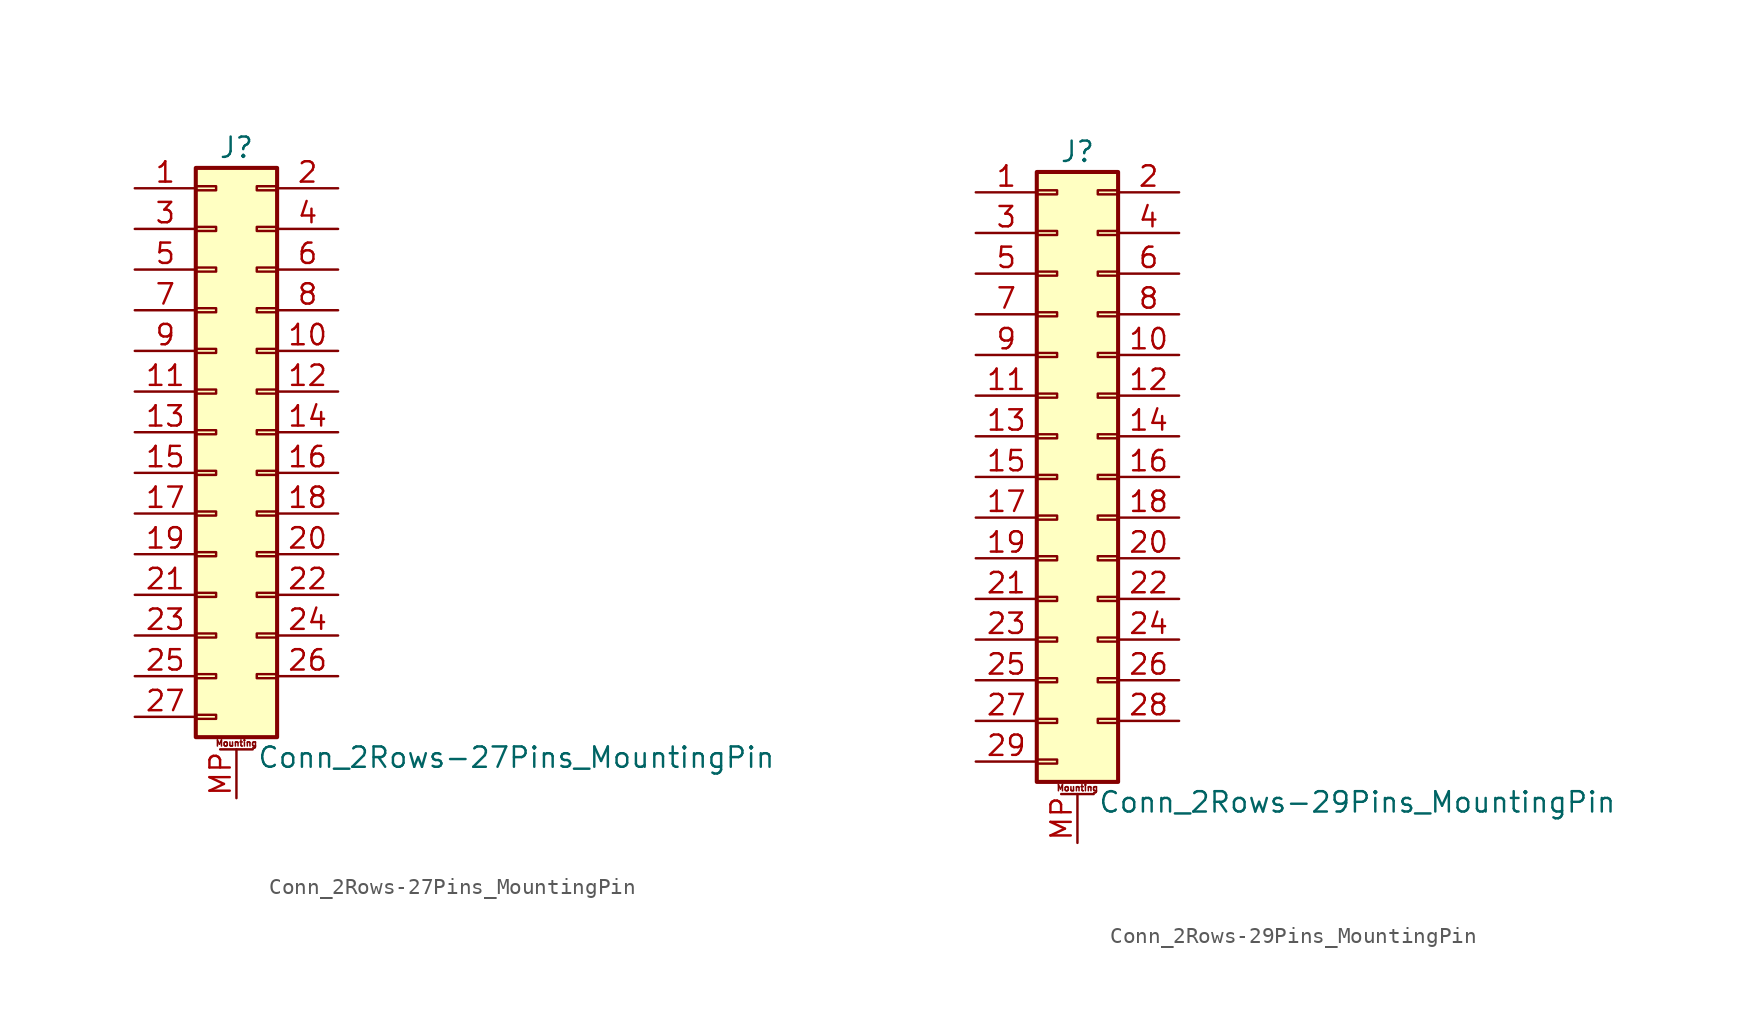
<source format=kicad_sym>
(kicad_symbol_lib
  (version 20201005)
  (generator kicad_symbol_editor)
  (symbol "Conn_2Rows-27Pins_MountingPin"
    (pin_names
      (offset 1.016) hide)
    (property "Reference" "J"
      (at 1.27 17.78 0)
      (effects (font (size 1.27 1.27))))
    (property "Value" "Conn_2Rows-27Pins_MountingPin"
      (at 2.54 -20.32 0)
      (effects (font (size 1.27 1.27)) (justify left)))
    (symbol "Conn_2Rows-27Pins_MountingPin_1_1"
      (text "Mounting" (at 1.27 -19.431 0) (effects (font (size 0.381 0.381))))
      (rectangle (start -1.27 -17.653) (end 0 -17.907) (stroke (width 0.152)) (fill (type none)))
      (rectangle (start -1.27 -15.113) (end 0 -15.367) (stroke (width 0.152)) (fill (type none)))
      (rectangle (start -1.27 -12.573) (end 0 -12.827) (stroke (width 0.152)) (fill (type none)))
      (rectangle (start -1.27 -10.033) (end 0 -10.287) (stroke (width 0.152)) (fill (type none)))
      (rectangle (start -1.27 -7.493) (end 0 -7.747) (stroke (width 0.152)) (fill (type none)))
      (rectangle (start -1.27 -4.953) (end 0 -5.207) (stroke (width 0.152)) (fill (type none)))
      (rectangle (start -1.27 -2.413) (end 0 -2.667) (stroke (width 0.152)) (fill (type none)))
      (rectangle (start -1.27 0.127) (end 0 -0.127) (stroke (width 0.152)) (fill (type none)))
      (rectangle (start -1.27 2.667) (end 0 2.413) (stroke (width 0.152)) (fill (type none)))
      (rectangle (start -1.27 5.207) (end 0 4.953) (stroke (width 0.152)) (fill (type none)))
      (rectangle (start -1.27 7.747) (end 0 7.493) (stroke (width 0.152)) (fill (type none)))
      (rectangle (start -1.27 10.287) (end 0 10.033) (stroke (width 0.152)) (fill (type none)))
      (rectangle (start -1.27 12.827) (end 0 12.573) (stroke (width 0.152)) (fill (type none)))
      (rectangle (start -1.27 15.367) (end 0 15.113) (stroke (width 0.152)) (fill (type none)))
      (rectangle (start -1.27 16.51) (end 3.81 -19.05) (stroke (width 0.254)) (fill (type background)))
      (rectangle (start 3.81 -15.113) (end 2.54 -15.367) (stroke (width 0.152)) (fill (type none)))
      (rectangle (start 3.81 -12.573) (end 2.54 -12.827) (stroke (width 0.152)) (fill (type none)))
      (rectangle (start 3.81 -10.033) (end 2.54 -10.287) (stroke (width 0.152)) (fill (type none)))
      (rectangle (start 3.81 -7.493) (end 2.54 -7.747) (stroke (width 0.152)) (fill (type none)))
      (rectangle (start 3.81 -4.953) (end 2.54 -5.207) (stroke (width 0.152)) (fill (type none)))
      (rectangle (start 3.81 -2.413) (end 2.54 -2.667) (stroke (width 0.152)) (fill (type none)))
      (rectangle (start 3.81 0.127) (end 2.54 -0.127) (stroke (width 0.152)) (fill (type none)))
      (rectangle (start 3.81 2.667) (end 2.54 2.413) (stroke (width 0.152)) (fill (type none)))
      (rectangle (start 3.81 5.207) (end 2.54 4.953) (stroke (width 0.152)) (fill (type none)))
      (rectangle (start 3.81 7.747) (end 2.54 7.493) (stroke (width 0.152)) (fill (type none)))
      (rectangle (start 3.81 10.287) (end 2.54 10.033) (stroke (width 0.152)) (fill (type none)))
      (rectangle (start 3.81 12.827) (end 2.54 12.573) (stroke (width 0.152)) (fill (type none)))
      (rectangle (start 3.81 15.367) (end 2.54 15.113) (stroke (width 0.152)) (fill (type none)))
      (polyline (pts (xy 0.254 -19.812) (xy 2.286 -19.812)) (stroke (width 0.152)) (fill (type none)))
      (pin passive line (at -5.08 15.24 0) (length 3.81) (name "Pin_1" (effects (font (size 1.27 1.27)))) (number "1" (effects (font (size 1.27 1.27)))))
      (pin passive line (at 7.62 5.08 180) (length 3.81) (name "Pin_10" (effects (font (size 1.27 1.27)))) (number "10" (effects (font (size 1.27 1.27)))))
      (pin passive line (at -5.08 2.54 0) (length 3.81) (name "Pin_11" (effects (font (size 1.27 1.27)))) (number "11" (effects (font (size 1.27 1.27)))))
      (pin passive line (at 7.62 2.54 180) (length 3.81) (name "Pin_12" (effects (font (size 1.27 1.27)))) (number "12" (effects (font (size 1.27 1.27)))))
      (pin passive line (at -5.08 0 0) (length 3.81) (name "Pin_13" (effects (font (size 1.27 1.27)))) (number "13" (effects (font (size 1.27 1.27)))))
      (pin passive line (at 7.62 0 180) (length 3.81) (name "Pin_14" (effects (font (size 1.27 1.27)))) (number "14" (effects (font (size 1.27 1.27)))))
      (pin passive line (at -5.08 -2.54 0) (length 3.81) (name "Pin_15" (effects (font (size 1.27 1.27)))) (number "15" (effects (font (size 1.27 1.27)))))
      (pin passive line (at 7.62 -2.54 180) (length 3.81) (name "Pin_16" (effects (font (size 1.27 1.27)))) (number "16" (effects (font (size 1.27 1.27)))))
      (pin passive line (at -5.08 -5.08 0) (length 3.81) (name "Pin_17" (effects (font (size 1.27 1.27)))) (number "17" (effects (font (size 1.27 1.27)))))
      (pin passive line (at 7.62 -5.08 180) (length 3.81) (name "Pin_18" (effects (font (size 1.27 1.27)))) (number "18" (effects (font (size 1.27 1.27)))))
      (pin passive line (at -5.08 -7.62 0) (length 3.81) (name "Pin_19" (effects (font (size 1.27 1.27)))) (number "19" (effects (font (size 1.27 1.27)))))
      (pin passive line (at 7.62 15.24 180) (length 3.81) (name "Pin_2" (effects (font (size 1.27 1.27)))) (number "2" (effects (font (size 1.27 1.27)))))
      (pin passive line (at 7.62 -7.62 180) (length 3.81) (name "Pin_20" (effects (font (size 1.27 1.27)))) (number "20" (effects (font (size 1.27 1.27)))))
      (pin passive line (at -5.08 -10.16 0) (length 3.81) (name "Pin_21" (effects (font (size 1.27 1.27)))) (number "21" (effects (font (size 1.27 1.27)))))
      (pin passive line (at 7.62 -10.16 180) (length 3.81) (name "Pin_22" (effects (font (size 1.27 1.27)))) (number "22" (effects (font (size 1.27 1.27)))))
      (pin passive line (at -5.08 -12.7 0) (length 3.81) (name "Pin_23" (effects (font (size 1.27 1.27)))) (number "23" (effects (font (size 1.27 1.27)))))
      (pin passive line (at 7.62 -12.7 180) (length 3.81) (name "Pin_24" (effects (font (size 1.27 1.27)))) (number "24" (effects (font (size 1.27 1.27)))))
      (pin passive line (at -5.08 -15.24 0) (length 3.81) (name "Pin_25" (effects (font (size 1.27 1.27)))) (number "25" (effects (font (size 1.27 1.27)))))
      (pin passive line (at 7.62 -15.24 180) (length 3.81) (name "Pin_26" (effects (font (size 1.27 1.27)))) (number "26" (effects (font (size 1.27 1.27)))))
      (pin passive line (at -5.08 -17.78 0) (length 3.81) (name "Pin_27" (effects (font (size 1.27 1.27)))) (number "27" (effects (font (size 1.27 1.27)))))
      (pin passive line (at -5.08 12.7 0) (length 3.81) (name "Pin_3" (effects (font (size 1.27 1.27)))) (number "3" (effects (font (size 1.27 1.27)))))
      (pin passive line (at 7.62 12.7 180) (length 3.81) (name "Pin_4" (effects (font (size 1.27 1.27)))) (number "4" (effects (font (size 1.27 1.27)))))
      (pin passive line (at -5.08 10.16 0) (length 3.81) (name "Pin_5" (effects (font (size 1.27 1.27)))) (number "5" (effects (font (size 1.27 1.27)))))
      (pin passive line (at 7.62 10.16 180) (length 3.81) (name "Pin_6" (effects (font (size 1.27 1.27)))) (number "6" (effects (font (size 1.27 1.27)))))
      (pin passive line (at -5.08 7.62 0) (length 3.81) (name "Pin_7" (effects (font (size 1.27 1.27)))) (number "7" (effects (font (size 1.27 1.27)))))
      (pin passive line (at 7.62 7.62 180) (length 3.81) (name "Pin_8" (effects (font (size 1.27 1.27)))) (number "8" (effects (font (size 1.27 1.27)))))
      (pin passive line (at -5.08 5.08 0) (length 3.81) (name "Pin_9" (effects (font (size 1.27 1.27)))) (number "9" (effects (font (size 1.27 1.27)))))
      (pin passive line (at 1.27 -22.86 90) (length 3.048) (name "MountPin" (effects (font (size 1.27 1.27)))) (number "MP" (effects (font (size 1.27 1.27)))))))
  (symbol "Conn_2Rows-29Pins_MountingPin"
    (pin_names
      (offset 1.016) hide)
    (property "Reference" "J"
      (at 1.27 20.32 0)
      (effects (font (size 1.27 1.27))))
    (property "Value" "Conn_2Rows-29Pins_MountingPin"
      (at 2.54 -20.32 0)
      (effects (font (size 1.27 1.27)) (justify left)))
    (symbol "Conn_2Rows-29Pins_MountingPin_1_1"
      (text "Mounting" (at 1.27 -19.431 0) (effects (font (size 0.381 0.381))))
      (rectangle (start -1.27 -17.653) (end 0 -17.907) (stroke (width 0.152)) (fill (type none)))
      (rectangle (start -1.27 -15.113) (end 0 -15.367) (stroke (width 0.152)) (fill (type none)))
      (rectangle (start -1.27 -12.573) (end 0 -12.827) (stroke (width 0.152)) (fill (type none)))
      (rectangle (start -1.27 -10.033) (end 0 -10.287) (stroke (width 0.152)) (fill (type none)))
      (rectangle (start -1.27 -7.493) (end 0 -7.747) (stroke (width 0.152)) (fill (type none)))
      (rectangle (start -1.27 -4.953) (end 0 -5.207) (stroke (width 0.152)) (fill (type none)))
      (rectangle (start -1.27 -2.413) (end 0 -2.667) (stroke (width 0.152)) (fill (type none)))
      (rectangle (start -1.27 0.127) (end 0 -0.127) (stroke (width 0.152)) (fill (type none)))
      (rectangle (start -1.27 2.667) (end 0 2.413) (stroke (width 0.152)) (fill (type none)))
      (rectangle (start -1.27 5.207) (end 0 4.953) (stroke (width 0.152)) (fill (type none)))
      (rectangle (start -1.27 7.747) (end 0 7.493) (stroke (width 0.152)) (fill (type none)))
      (rectangle (start -1.27 10.287) (end 0 10.033) (stroke (width 0.152)) (fill (type none)))
      (rectangle (start -1.27 12.827) (end 0 12.573) (stroke (width 0.152)) (fill (type none)))
      (rectangle (start -1.27 15.367) (end 0 15.113) (stroke (width 0.152)) (fill (type none)))
      (rectangle (start -1.27 17.907) (end 0 17.653) (stroke (width 0.152)) (fill (type none)))
      (rectangle (start -1.27 19.05) (end 3.81 -19.05) (stroke (width 0.254)) (fill (type background)))
      (rectangle (start 3.81 -15.113) (end 2.54 -15.367) (stroke (width 0.152)) (fill (type none)))
      (rectangle (start 3.81 -12.573) (end 2.54 -12.827) (stroke (width 0.152)) (fill (type none)))
      (rectangle (start 3.81 -10.033) (end 2.54 -10.287) (stroke (width 0.152)) (fill (type none)))
      (rectangle (start 3.81 -7.493) (end 2.54 -7.747) (stroke (width 0.152)) (fill (type none)))
      (rectangle (start 3.81 -4.953) (end 2.54 -5.207) (stroke (width 0.152)) (fill (type none)))
      (rectangle (start 3.81 -2.413) (end 2.54 -2.667) (stroke (width 0.152)) (fill (type none)))
      (rectangle (start 3.81 0.127) (end 2.54 -0.127) (stroke (width 0.152)) (fill (type none)))
      (rectangle (start 3.81 2.667) (end 2.54 2.413) (stroke (width 0.152)) (fill (type none)))
      (rectangle (start 3.81 5.207) (end 2.54 4.953) (stroke (width 0.152)) (fill (type none)))
      (rectangle (start 3.81 7.747) (end 2.54 7.493) (stroke (width 0.152)) (fill (type none)))
      (rectangle (start 3.81 10.287) (end 2.54 10.033) (stroke (width 0.152)) (fill (type none)))
      (rectangle (start 3.81 12.827) (end 2.54 12.573) (stroke (width 0.152)) (fill (type none)))
      (rectangle (start 3.81 15.367) (end 2.54 15.113) (stroke (width 0.152)) (fill (type none)))
      (rectangle (start 3.81 17.907) (end 2.54 17.653) (stroke (width 0.152)) (fill (type none)))
      (polyline (pts (xy 0.254 -19.812) (xy 2.286 -19.812)) (stroke (width 0.152)) (fill (type none)))
      (pin passive line (at -5.08 17.78 0) (length 3.81) (name "Pin_1" (effects (font (size 1.27 1.27)))) (number "1" (effects (font (size 1.27 1.27)))))
      (pin passive line (at 7.62 7.62 180) (length 3.81) (name "Pin_10" (effects (font (size 1.27 1.27)))) (number "10" (effects (font (size 1.27 1.27)))))
      (pin passive line (at -5.08 5.08 0) (length 3.81) (name "Pin_11" (effects (font (size 1.27 1.27)))) (number "11" (effects (font (size 1.27 1.27)))))
      (pin passive line (at 7.62 5.08 180) (length 3.81) (name "Pin_12" (effects (font (size 1.27 1.27)))) (number "12" (effects (font (size 1.27 1.27)))))
      (pin passive line (at -5.08 2.54 0) (length 3.81) (name "Pin_13" (effects (font (size 1.27 1.27)))) (number "13" (effects (font (size 1.27 1.27)))))
      (pin passive line (at 7.62 2.54 180) (length 3.81) (name "Pin_14" (effects (font (size 1.27 1.27)))) (number "14" (effects (font (size 1.27 1.27)))))
      (pin passive line (at -5.08 0 0) (length 3.81) (name "Pin_15" (effects (font (size 1.27 1.27)))) (number "15" (effects (font (size 1.27 1.27)))))
      (pin passive line (at 7.62 0 180) (length 3.81) (name "Pin_16" (effects (font (size 1.27 1.27)))) (number "16" (effects (font (size 1.27 1.27)))))
      (pin passive line (at -5.08 -2.54 0) (length 3.81) (name "Pin_17" (effects (font (size 1.27 1.27)))) (number "17" (effects (font (size 1.27 1.27)))))
      (pin passive line (at 7.62 -2.54 180) (length 3.81) (name "Pin_18" (effects (font (size 1.27 1.27)))) (number "18" (effects (font (size 1.27 1.27)))))
      (pin passive line (at -5.08 -5.08 0) (length 3.81) (name "Pin_19" (effects (font (size 1.27 1.27)))) (number "19" (effects (font (size 1.27 1.27)))))
      (pin passive line (at 7.62 17.78 180) (length 3.81) (name "Pin_2" (effects (font (size 1.27 1.27)))) (number "2" (effects (font (size 1.27 1.27)))))
      (pin passive line (at 7.62 -5.08 180) (length 3.81) (name "Pin_20" (effects (font (size 1.27 1.27)))) (number "20" (effects (font (size 1.27 1.27)))))
      (pin passive line (at -5.08 -7.62 0) (length 3.81) (name "Pin_21" (effects (font (size 1.27 1.27)))) (number "21" (effects (font (size 1.27 1.27)))))
      (pin passive line (at 7.62 -7.62 180) (length 3.81) (name "Pin_22" (effects (font (size 1.27 1.27)))) (number "22" (effects (font (size 1.27 1.27)))))
      (pin passive line (at -5.08 -10.16 0) (length 3.81) (name "Pin_23" (effects (font (size 1.27 1.27)))) (number "23" (effects (font (size 1.27 1.27)))))
      (pin passive line (at 7.62 -10.16 180) (length 3.81) (name "Pin_24" (effects (font (size 1.27 1.27)))) (number "24" (effects (font (size 1.27 1.27)))))
      (pin passive line (at -5.08 -12.7 0) (length 3.81) (name "Pin_25" (effects (font (size 1.27 1.27)))) (number "25" (effects (font (size 1.27 1.27)))))
      (pin passive line (at 7.62 -12.7 180) (length 3.81) (name "Pin_26" (effects (font (size 1.27 1.27)))) (number "26" (effects (font (size 1.27 1.27)))))
      (pin passive line (at -5.08 -15.24 0) (length 3.81) (name "Pin_27" (effects (font (size 1.27 1.27)))) (number "27" (effects (font (size 1.27 1.27)))))
      (pin passive line (at 7.62 -15.24 180) (length 3.81) (name "Pin_28" (effects (font (size 1.27 1.27)))) (number "28" (effects (font (size 1.27 1.27)))))
      (pin passive line (at -5.08 -17.78 0) (length 3.81) (name "Pin_29" (effects (font (size 1.27 1.27)))) (number "29" (effects (font (size 1.27 1.27)))))
      (pin passive line (at -5.08 15.24 0) (length 3.81) (name "Pin_3" (effects (font (size 1.27 1.27)))) (number "3" (effects (font (size 1.27 1.27)))))
      (pin passive line (at 7.62 15.24 180) (length 3.81) (name "Pin_4" (effects (font (size 1.27 1.27)))) (number "4" (effects (font (size 1.27 1.27)))))
      (pin passive line (at -5.08 12.7 0) (length 3.81) (name "Pin_5" (effects (font (size 1.27 1.27)))) (number "5" (effects (font (size 1.27 1.27)))))
      (pin passive line (at 7.62 12.7 180) (length 3.81) (name "Pin_6" (effects (font (size 1.27 1.27)))) (number "6" (effects (font (size 1.27 1.27)))))
      (pin passive line (at -5.08 10.16 0) (length 3.81) (name "Pin_7" (effects (font (size 1.27 1.27)))) (number "7" (effects (font (size 1.27 1.27)))))
      (pin passive line (at 7.62 10.16 180) (length 3.81) (name "Pin_8" (effects (font (size 1.27 1.27)))) (number "8" (effects (font (size 1.27 1.27)))))
      (pin passive line (at -5.08 7.62 0) (length 3.81) (name "Pin_9" (effects (font (size 1.27 1.27)))) (number "9" (effects (font (size 1.27 1.27)))))
      (pin passive line (at 1.27 -22.86 90) (length 3.048) (name "MountPin" (effects (font (size 1.27 1.27)))) (number "MP" (effects (font (size 1.27 1.27))))))))
</source>
